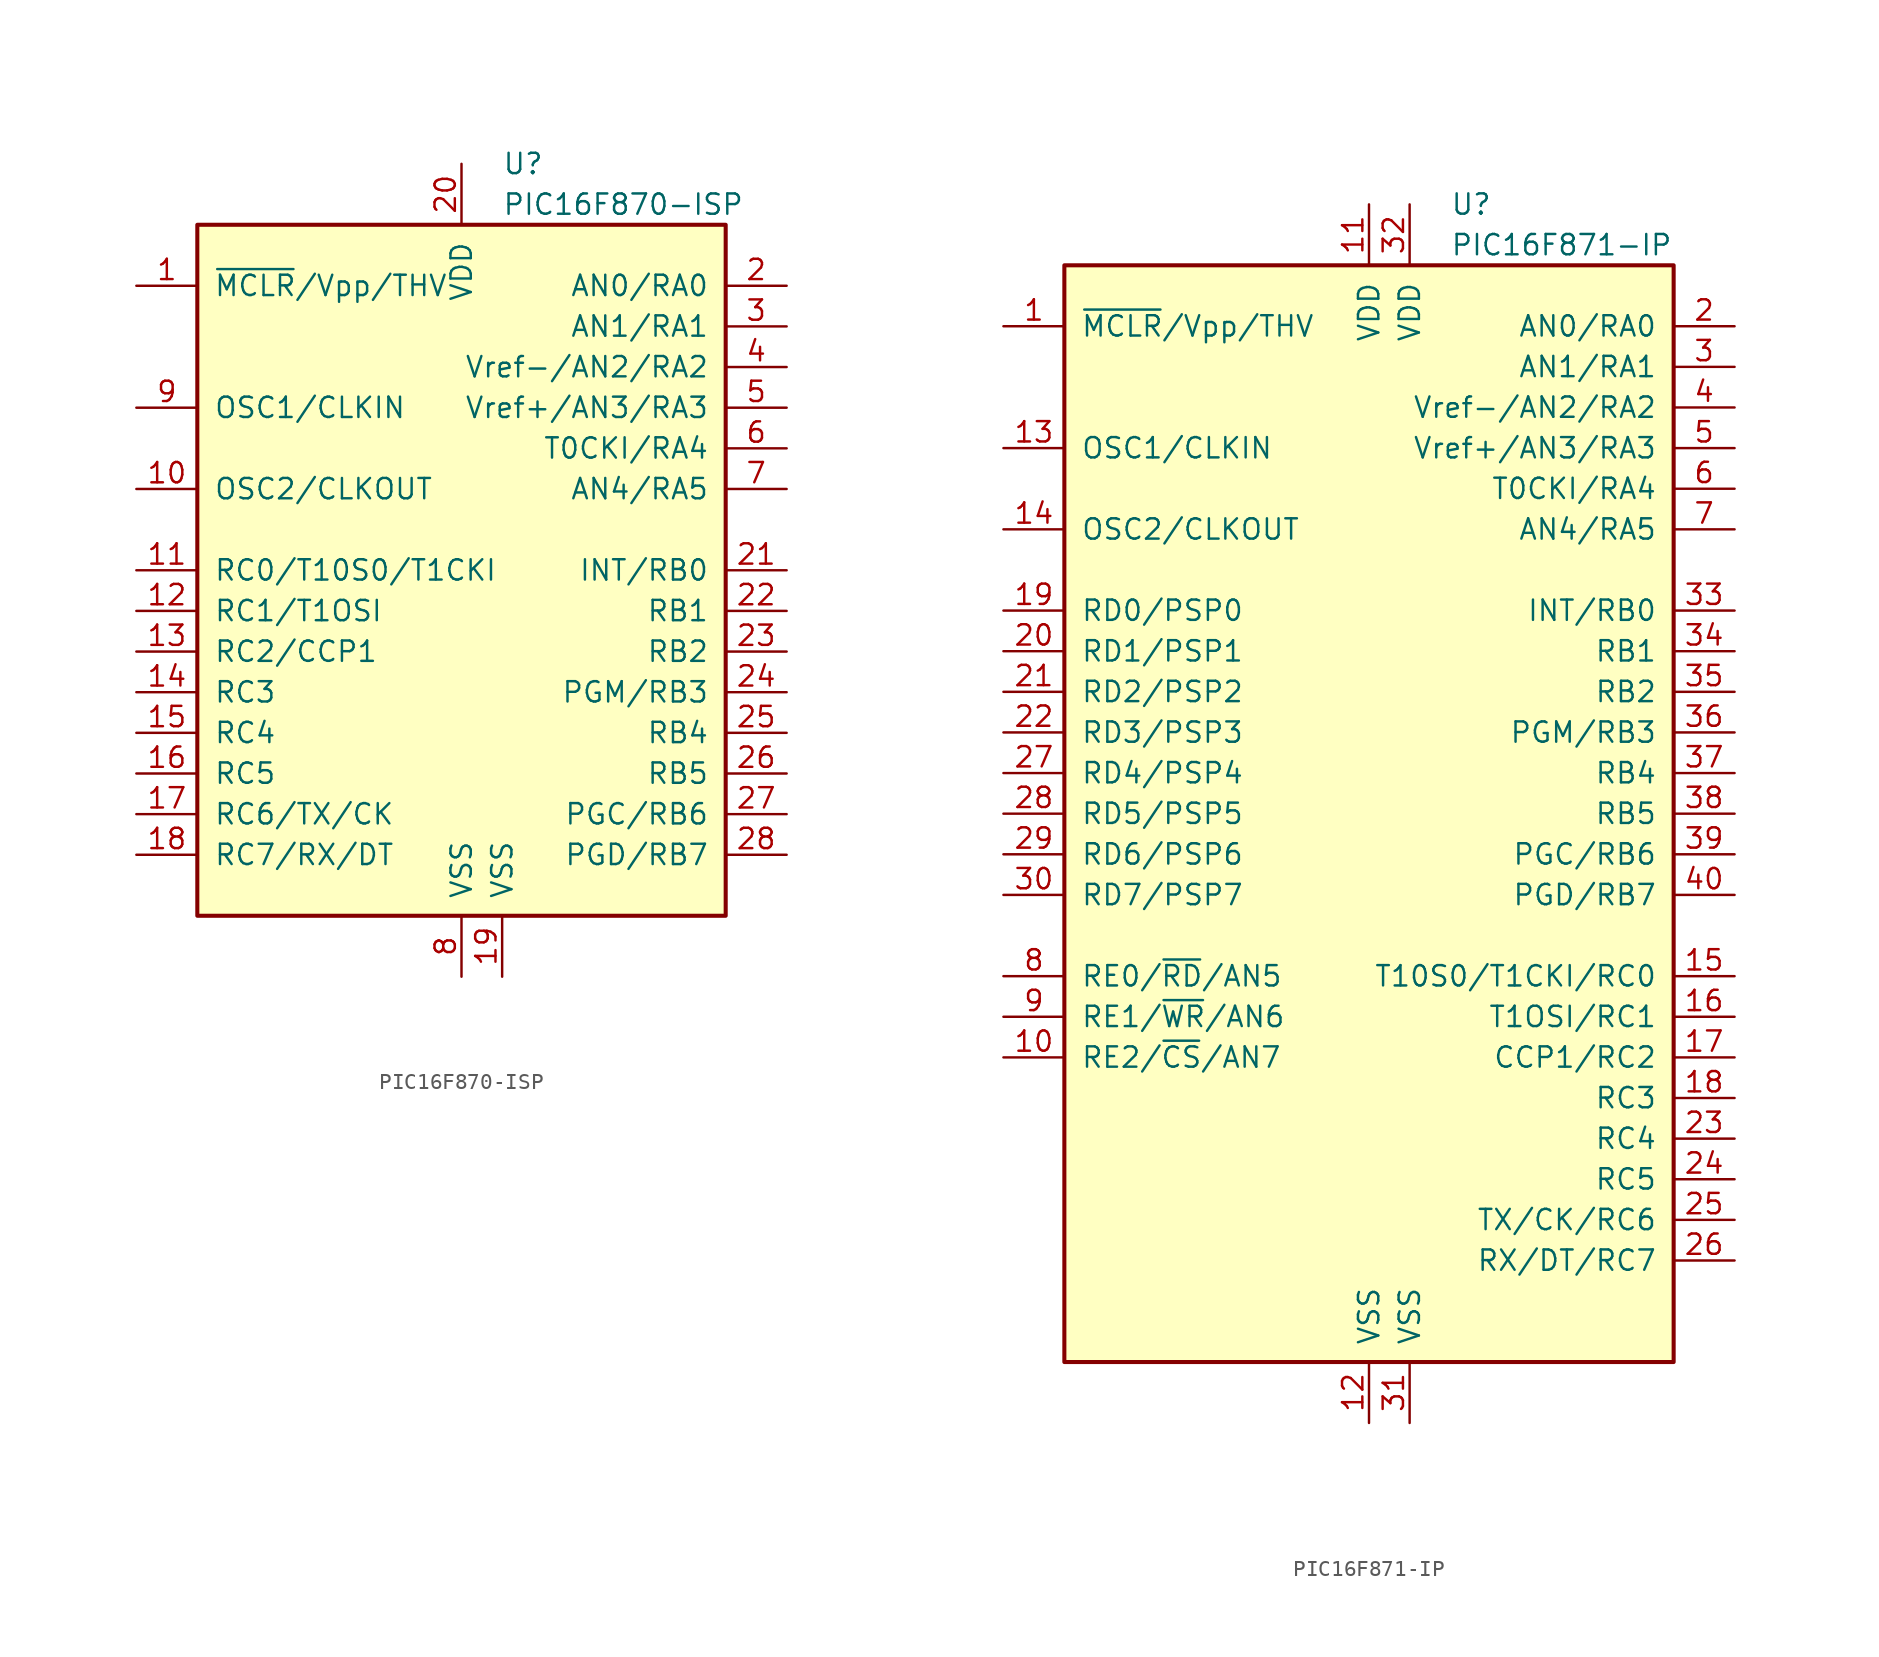
<source format=kicad_sym>
(kicad_symbol_lib
  (version 20200908)
  (generator kicad_symbol_editor)
  (symbol "MCU_Microchip_PIC16:PIC16F870-ISP"
    (pin_names
      (offset 1.016))
    (property "Reference" "U"
      (at 2.54 25.4 0)
      (effects (font (size 1.27 1.27)) (justify left)))
    (property "Value" "PIC16F870-ISP"
      (at 2.54 22.86 0)
      (effects (font (size 1.27 1.27)) (justify left)))
    (symbol "PIC16F870-ISP_0_1"
      (rectangle (start -16.51 -21.59) (end 16.51 21.59) (stroke (width 0.254)) (fill (type background))))
    (symbol "PIC16F870-ISP_1_1"
      (pin input line (at -20.32 17.78 0) (length 3.81) (name "~MCLR~/Vpp/THV" (effects (font (size 1.27 1.27)))) (number "1" (effects (font (size 1.27 1.27)))))
      (pin output line (at -20.32 5.08 0) (length 3.81) (name "OSC2/CLKOUT" (effects (font (size 1.27 1.27)))) (number "10" (effects (font (size 1.27 1.27)))))
      (pin bidirectional line (at -20.32 0 0) (length 3.81) (name "RC0/T10S0/T1CKI" (effects (font (size 1.27 1.27)))) (number "11" (effects (font (size 1.27 1.27)))))
      (pin bidirectional line (at -20.32 -2.54 0) (length 3.81) (name "RC1/T1OSI" (effects (font (size 1.27 1.27)))) (number "12" (effects (font (size 1.27 1.27)))))
      (pin bidirectional line (at -20.32 -5.08 0) (length 3.81) (name "RC2/CCP1" (effects (font (size 1.27 1.27)))) (number "13" (effects (font (size 1.27 1.27)))))
      (pin bidirectional line (at -20.32 -7.62 0) (length 3.81) (name "RC3" (effects (font (size 1.27 1.27)))) (number "14" (effects (font (size 1.27 1.27)))))
      (pin bidirectional line (at -20.32 -10.16 0) (length 3.81) (name "RC4" (effects (font (size 1.27 1.27)))) (number "15" (effects (font (size 1.27 1.27)))))
      (pin bidirectional line (at -20.32 -12.7 0) (length 3.81) (name "RC5" (effects (font (size 1.27 1.27)))) (number "16" (effects (font (size 1.27 1.27)))))
      (pin bidirectional line (at -20.32 -15.24 0) (length 3.81) (name "RC6/TX/CK" (effects (font (size 1.27 1.27)))) (number "17" (effects (font (size 1.27 1.27)))))
      (pin bidirectional line (at -20.32 -17.78 0) (length 3.81) (name "RC7/RX/DT" (effects (font (size 1.27 1.27)))) (number "18" (effects (font (size 1.27 1.27)))))
      (pin power_in line (at 2.54 -25.4 90) (length 3.81) (name "VSS" (effects (font (size 1.27 1.27)))) (number "19" (effects (font (size 1.27 1.27)))))
      (pin bidirectional line (at 20.32 17.78 180) (length 3.81) (name "AN0/RA0" (effects (font (size 1.27 1.27)))) (number "2" (effects (font (size 1.27 1.27)))))
      (pin power_in line (at 0 25.4 270) (length 3.81) (name "VDD" (effects (font (size 1.27 1.27)))) (number "20" (effects (font (size 1.27 1.27)))))
      (pin bidirectional line (at 20.32 0 180) (length 3.81) (name "INT/RB0" (effects (font (size 1.27 1.27)))) (number "21" (effects (font (size 1.27 1.27)))))
      (pin bidirectional line (at 20.32 -2.54 180) (length 3.81) (name "RB1" (effects (font (size 1.27 1.27)))) (number "22" (effects (font (size 1.27 1.27)))))
      (pin bidirectional line (at 20.32 -5.08 180) (length 3.81) (name "RB2" (effects (font (size 1.27 1.27)))) (number "23" (effects (font (size 1.27 1.27)))))
      (pin bidirectional line (at 20.32 -7.62 180) (length 3.81) (name "PGM/RB3" (effects (font (size 1.27 1.27)))) (number "24" (effects (font (size 1.27 1.27)))))
      (pin bidirectional line (at 20.32 -10.16 180) (length 3.81) (name "RB4" (effects (font (size 1.27 1.27)))) (number "25" (effects (font (size 1.27 1.27)))))
      (pin bidirectional line (at 20.32 -12.7 180) (length 3.81) (name "RB5" (effects (font (size 1.27 1.27)))) (number "26" (effects (font (size 1.27 1.27)))))
      (pin bidirectional line (at 20.32 -15.24 180) (length 3.81) (name "PGC/RB6" (effects (font (size 1.27 1.27)))) (number "27" (effects (font (size 1.27 1.27)))))
      (pin bidirectional line (at 20.32 -17.78 180) (length 3.81) (name "PGD/RB7" (effects (font (size 1.27 1.27)))) (number "28" (effects (font (size 1.27 1.27)))))
      (pin bidirectional line (at 20.32 15.24 180) (length 3.81) (name "AN1/RA1" (effects (font (size 1.27 1.27)))) (number "3" (effects (font (size 1.27 1.27)))))
      (pin bidirectional line (at 20.32 12.7 180) (length 3.81) (name "Vref-/AN2/RA2" (effects (font (size 1.27 1.27)))) (number "4" (effects (font (size 1.27 1.27)))))
      (pin bidirectional line (at 20.32 10.16 180) (length 3.81) (name "Vref+/AN3/RA3" (effects (font (size 1.27 1.27)))) (number "5" (effects (font (size 1.27 1.27)))))
      (pin bidirectional line (at 20.32 7.62 180) (length 3.81) (name "T0CKI/RA4" (effects (font (size 1.27 1.27)))) (number "6" (effects (font (size 1.27 1.27)))))
      (pin bidirectional line (at 20.32 5.08 180) (length 3.81) (name "AN4/RA5" (effects (font (size 1.27 1.27)))) (number "7" (effects (font (size 1.27 1.27)))))
      (pin power_in line (at 0 -25.4 90) (length 3.81) (name "VSS" (effects (font (size 1.27 1.27)))) (number "8" (effects (font (size 1.27 1.27)))))
      (pin input line (at -20.32 10.16 0) (length 3.81) (name "OSC1/CLKIN" (effects (font (size 1.27 1.27)))) (number "9" (effects (font (size 1.27 1.27)))))))
  (symbol "MCU_Microchip_PIC16:PIC16F871-IP"
    (pin_names
      (offset 1.016))
    (property "Reference" "U"
      (at 5.08 38.1 0)
      (effects (font (size 1.27 1.27)) (justify left)))
    (property "Value" "PIC16F871-IP"
      (at 5.08 35.56 0)
      (effects (font (size 1.27 1.27)) (justify left)))
    (symbol "PIC16F871-IP_0_1"
      (rectangle (start -19.05 -34.29) (end 19.05 34.29) (stroke (width 0.254)) (fill (type background))))
    (symbol "PIC16F871-IP_1_1"
      (pin input line (at -22.86 30.48 0) (length 3.81) (name "~MCLR~/Vpp/THV" (effects (font (size 1.27 1.27)))) (number "1" (effects (font (size 1.27 1.27)))))
      (pin bidirectional line (at -22.86 -15.24 0) (length 3.81) (name "RE2/~CS~/AN7" (effects (font (size 1.27 1.27)))) (number "10" (effects (font (size 1.27 1.27)))))
      (pin power_in line (at 0 38.1 270) (length 3.81) (name "VDD" (effects (font (size 1.27 1.27)))) (number "11" (effects (font (size 1.27 1.27)))))
      (pin power_in line (at 0 -38.1 90) (length 3.81) (name "VSS" (effects (font (size 1.27 1.27)))) (number "12" (effects (font (size 1.27 1.27)))))
      (pin input line (at -22.86 22.86 0) (length 3.81) (name "OSC1/CLKIN" (effects (font (size 1.27 1.27)))) (number "13" (effects (font (size 1.27 1.27)))))
      (pin output line (at -22.86 17.78 0) (length 3.81) (name "OSC2/CLKOUT" (effects (font (size 1.27 1.27)))) (number "14" (effects (font (size 1.27 1.27)))))
      (pin bidirectional line (at 22.86 -10.16 180) (length 3.81) (name "T10S0/T1CKI/RC0" (effects (font (size 1.27 1.27)))) (number "15" (effects (font (size 1.27 1.27)))))
      (pin bidirectional line (at 22.86 -12.7 180) (length 3.81) (name "T1OSI/RC1" (effects (font (size 1.27 1.27)))) (number "16" (effects (font (size 1.27 1.27)))))
      (pin bidirectional line (at 22.86 -15.24 180) (length 3.81) (name "CCP1/RC2" (effects (font (size 1.27 1.27)))) (number "17" (effects (font (size 1.27 1.27)))))
      (pin bidirectional line (at 22.86 -17.78 180) (length 3.81) (name "RC3" (effects (font (size 1.27 1.27)))) (number "18" (effects (font (size 1.27 1.27)))))
      (pin bidirectional line (at -22.86 12.7 0) (length 3.81) (name "RD0/PSP0" (effects (font (size 1.27 1.27)))) (number "19" (effects (font (size 1.27 1.27)))))
      (pin bidirectional line (at 22.86 30.48 180) (length 3.81) (name "AN0/RA0" (effects (font (size 1.27 1.27)))) (number "2" (effects (font (size 1.27 1.27)))))
      (pin bidirectional line (at -22.86 10.16 0) (length 3.81) (name "RD1/PSP1" (effects (font (size 1.27 1.27)))) (number "20" (effects (font (size 1.27 1.27)))))
      (pin bidirectional line (at -22.86 7.62 0) (length 3.81) (name "RD2/PSP2" (effects (font (size 1.27 1.27)))) (number "21" (effects (font (size 1.27 1.27)))))
      (pin bidirectional line (at -22.86 5.08 0) (length 3.81) (name "RD3/PSP3" (effects (font (size 1.27 1.27)))) (number "22" (effects (font (size 1.27 1.27)))))
      (pin bidirectional line (at 22.86 -20.32 180) (length 3.81) (name "RC4" (effects (font (size 1.27 1.27)))) (number "23" (effects (font (size 1.27 1.27)))))
      (pin bidirectional line (at 22.86 -22.86 180) (length 3.81) (name "RC5" (effects (font (size 1.27 1.27)))) (number "24" (effects (font (size 1.27 1.27)))))
      (pin bidirectional line (at 22.86 -25.4 180) (length 3.81) (name "TX/CK/RC6" (effects (font (size 1.27 1.27)))) (number "25" (effects (font (size 1.27 1.27)))))
      (pin bidirectional line (at 22.86 -27.94 180) (length 3.81) (name "RX/DT/RC7" (effects (font (size 1.27 1.27)))) (number "26" (effects (font (size 1.27 1.27)))))
      (pin bidirectional line (at -22.86 2.54 0) (length 3.81) (name "RD4/PSP4" (effects (font (size 1.27 1.27)))) (number "27" (effects (font (size 1.27 1.27)))))
      (pin bidirectional line (at -22.86 0 0) (length 3.81) (name "RD5/PSP5" (effects (font (size 1.27 1.27)))) (number "28" (effects (font (size 1.27 1.27)))))
      (pin bidirectional line (at -22.86 -2.54 0) (length 3.81) (name "RD6/PSP6" (effects (font (size 1.27 1.27)))) (number "29" (effects (font (size 1.27 1.27)))))
      (pin bidirectional line (at 22.86 27.94 180) (length 3.81) (name "AN1/RA1" (effects (font (size 1.27 1.27)))) (number "3" (effects (font (size 1.27 1.27)))))
      (pin bidirectional line (at -22.86 -5.08 0) (length 3.81) (name "RD7/PSP7" (effects (font (size 1.27 1.27)))) (number "30" (effects (font (size 1.27 1.27)))))
      (pin power_in line (at 2.54 -38.1 90) (length 3.81) (name "VSS" (effects (font (size 1.27 1.27)))) (number "31" (effects (font (size 1.27 1.27)))))
      (pin power_in line (at 2.54 38.1 270) (length 3.81) (name "VDD" (effects (font (size 1.27 1.27)))) (number "32" (effects (font (size 1.27 1.27)))))
      (pin bidirectional line (at 22.86 12.7 180) (length 3.81) (name "INT/RB0" (effects (font (size 1.27 1.27)))) (number "33" (effects (font (size 1.27 1.27)))))
      (pin bidirectional line (at 22.86 10.16 180) (length 3.81) (name "RB1" (effects (font (size 1.27 1.27)))) (number "34" (effects (font (size 1.27 1.27)))))
      (pin bidirectional line (at 22.86 7.62 180) (length 3.81) (name "RB2" (effects (font (size 1.27 1.27)))) (number "35" (effects (font (size 1.27 1.27)))))
      (pin bidirectional line (at 22.86 5.08 180) (length 3.81) (name "PGM/RB3" (effects (font (size 1.27 1.27)))) (number "36" (effects (font (size 1.27 1.27)))))
      (pin bidirectional line (at 22.86 2.54 180) (length 3.81) (name "RB4" (effects (font (size 1.27 1.27)))) (number "37" (effects (font (size 1.27 1.27)))))
      (pin bidirectional line (at 22.86 0 180) (length 3.81) (name "RB5" (effects (font (size 1.27 1.27)))) (number "38" (effects (font (size 1.27 1.27)))))
      (pin bidirectional line (at 22.86 -2.54 180) (length 3.81) (name "PGC/RB6" (effects (font (size 1.27 1.27)))) (number "39" (effects (font (size 1.27 1.27)))))
      (pin bidirectional line (at 22.86 25.4 180) (length 3.81) (name "Vref-/AN2/RA2" (effects (font (size 1.27 1.27)))) (number "4" (effects (font (size 1.27 1.27)))))
      (pin bidirectional line (at 22.86 -5.08 180) (length 3.81) (name "PGD/RB7" (effects (font (size 1.27 1.27)))) (number "40" (effects (font (size 1.27 1.27)))))
      (pin bidirectional line (at 22.86 22.86 180) (length 3.81) (name "Vref+/AN3/RA3" (effects (font (size 1.27 1.27)))) (number "5" (effects (font (size 1.27 1.27)))))
      (pin bidirectional line (at 22.86 20.32 180) (length 3.81) (name "T0CKI/RA4" (effects (font (size 1.27 1.27)))) (number "6" (effects (font (size 1.27 1.27)))))
      (pin bidirectional line (at 22.86 17.78 180) (length 3.81) (name "AN4/RA5" (effects (font (size 1.27 1.27)))) (number "7" (effects (font (size 1.27 1.27)))))
      (pin bidirectional line (at -22.86 -10.16 0) (length 3.81) (name "RE0/~RD~/AN5" (effects (font (size 1.27 1.27)))) (number "8" (effects (font (size 1.27 1.27)))))
      (pin bidirectional line (at -22.86 -12.7 0) (length 3.81) (name "RE1/~WR~/AN6" (effects (font (size 1.27 1.27)))) (number "9" (effects (font (size 1.27 1.27))))))))
</source>
